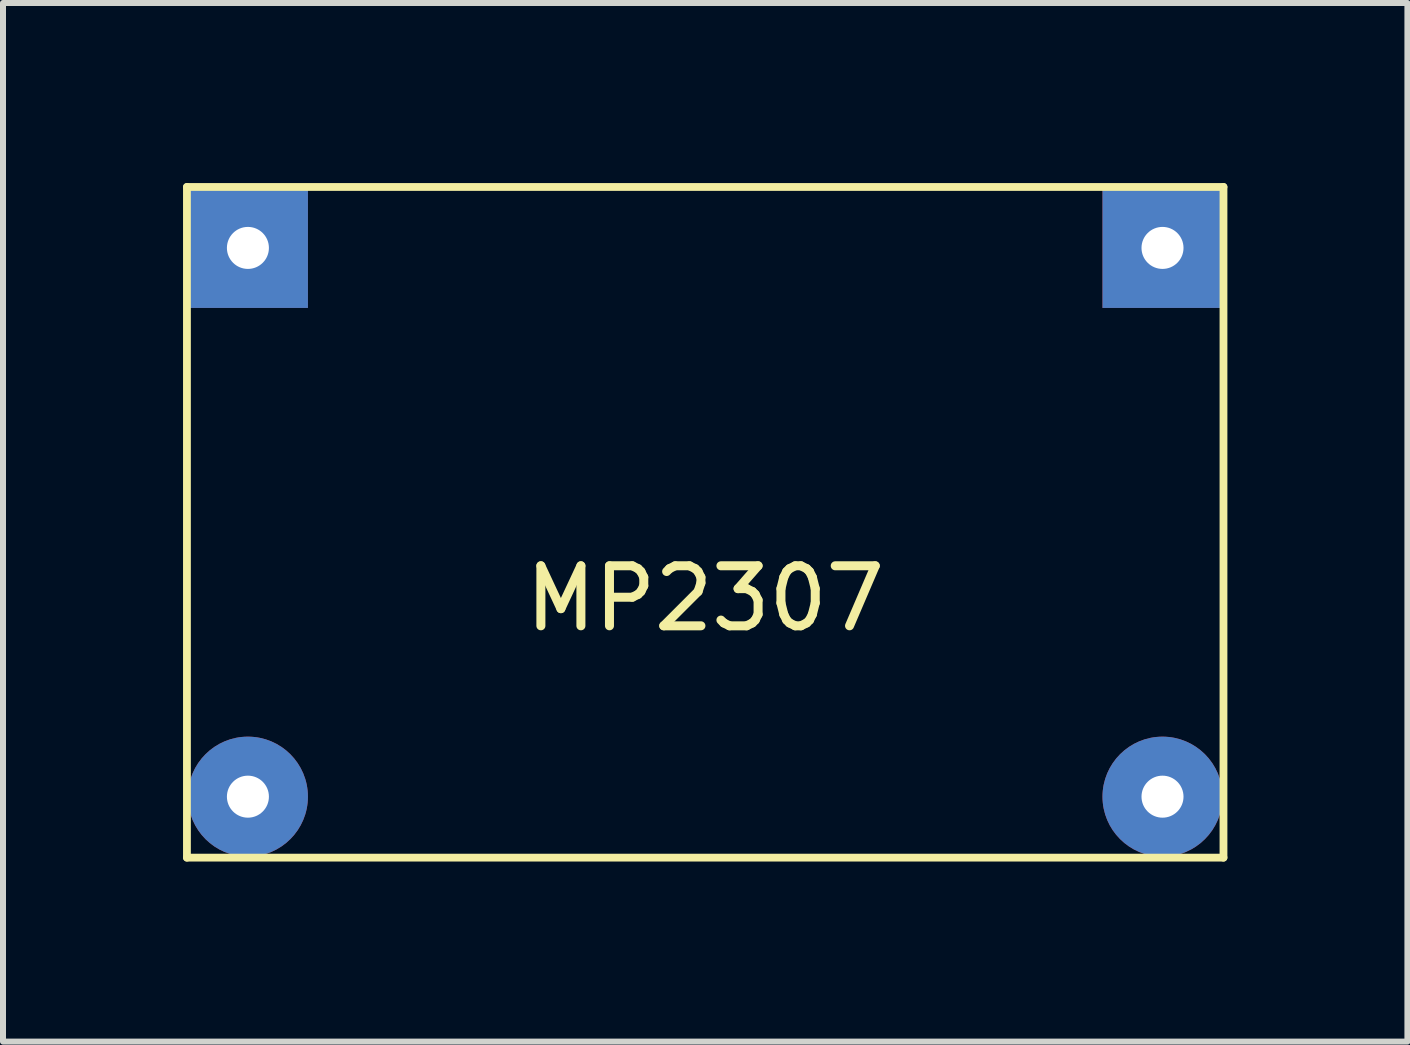
<source format=kicad_pcb>
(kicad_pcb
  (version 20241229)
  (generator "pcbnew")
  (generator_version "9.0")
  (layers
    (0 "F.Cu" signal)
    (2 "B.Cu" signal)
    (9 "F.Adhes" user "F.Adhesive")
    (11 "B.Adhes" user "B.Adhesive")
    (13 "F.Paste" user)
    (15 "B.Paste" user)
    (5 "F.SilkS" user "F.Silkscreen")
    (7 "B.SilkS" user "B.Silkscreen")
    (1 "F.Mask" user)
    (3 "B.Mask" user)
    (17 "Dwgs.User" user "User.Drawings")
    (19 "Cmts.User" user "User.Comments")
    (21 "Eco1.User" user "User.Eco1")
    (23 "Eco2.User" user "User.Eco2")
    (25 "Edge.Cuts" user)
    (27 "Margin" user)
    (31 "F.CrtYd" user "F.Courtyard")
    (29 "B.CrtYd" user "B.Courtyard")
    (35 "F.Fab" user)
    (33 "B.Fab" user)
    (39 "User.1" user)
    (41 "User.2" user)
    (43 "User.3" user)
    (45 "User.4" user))
  (footprint "MP2307"
    (layer "F.Cu")
    (at 8.701 5.653)
    (property "Reference" "MP2307" (at 0 1.27 0) (layer "F.SilkS") (effects (font (size 1 1) (thickness 0.15))))
    (attr through_hole)
    (fp_line (start -8.636 -5.588) (end -8.636 5.588) (stroke (width 0.13) (type solid)) (layer "F.SilkS"))
    (fp_line (start -8.636 -5.588) (end 8.636 -5.588) (stroke (width 0.13) (type solid)) (layer "F.SilkS"))
    (fp_line (start 8.636 -5.588) (end 8.636 5.588) (stroke (width 0.13) (type solid)) (layer "F.SilkS"))
    (fp_line (start 8.636 5.588) (end -8.636 5.588) (stroke (width 0.13) (type solid)) (layer "F.SilkS"))
    (pad "1" thru_hole circle (at -7.62 4.572) (size 2 2) (drill 0.7) (layers "*.Cu" "*.Mask"))
    (pad "2" thru_hole rect (at -7.62 -4.572) (size 2 2) (drill 0.7) (layers "*.Cu" "*.Mask"))
    (pad "3" thru_hole rect (at 7.62 -4.572) (size 2 2) (drill 0.7) (layers "*.Cu" "*.Mask"))
    (pad "4" thru_hole circle (at 7.62 4.572) (size 2 2) (drill 0.7) (layers "*.Cu" "*.Mask")))
  (gr_rect
    (start -3 -3)
    (end 20.402 14.306)
    (stroke (width 0.1) (type default))
    (fill no)
    (layer "Edge.Cuts")))
</source>
